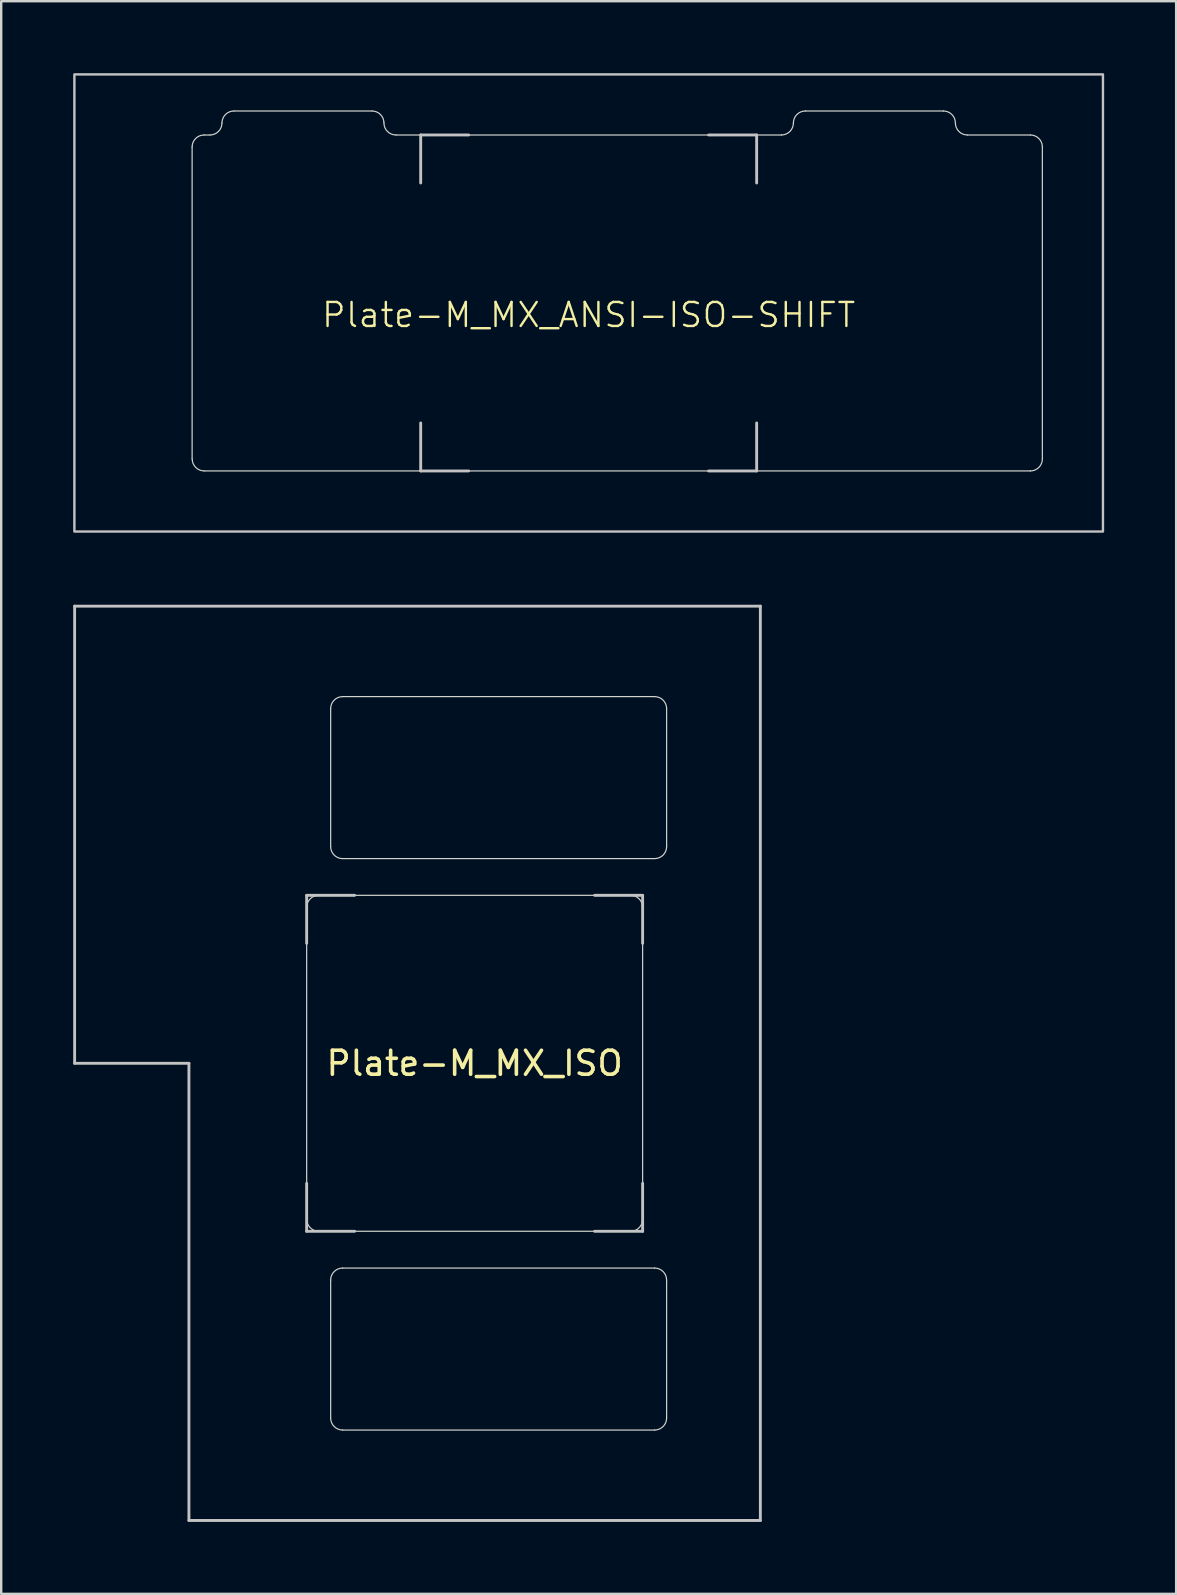
<source format=kicad_pcb>
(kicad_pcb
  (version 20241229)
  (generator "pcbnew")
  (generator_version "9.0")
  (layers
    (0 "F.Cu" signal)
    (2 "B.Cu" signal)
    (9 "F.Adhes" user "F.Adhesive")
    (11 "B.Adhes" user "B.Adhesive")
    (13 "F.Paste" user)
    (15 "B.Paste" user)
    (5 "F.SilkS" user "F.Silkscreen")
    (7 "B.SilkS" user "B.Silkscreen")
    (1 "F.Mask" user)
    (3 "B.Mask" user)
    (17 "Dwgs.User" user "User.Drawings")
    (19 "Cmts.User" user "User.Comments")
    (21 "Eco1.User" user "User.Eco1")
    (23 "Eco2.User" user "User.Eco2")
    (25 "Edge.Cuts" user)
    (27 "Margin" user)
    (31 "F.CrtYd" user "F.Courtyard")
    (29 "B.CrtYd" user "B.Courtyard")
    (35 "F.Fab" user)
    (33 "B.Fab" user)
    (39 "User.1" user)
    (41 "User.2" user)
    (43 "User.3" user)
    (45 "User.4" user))
  (footprint "Plate-M_MX_ANSI-ISO-SHIFT"
    (layer "F.Cu")
    (at 21.481 9.575)
    (property "Reference" "Plate-M_MX_ANSI-ISO-SHIFT" (at 0 0.5 0) (unlocked yes) (layer "F.SilkS") (effects (font (size 1 1) (thickness 0.1))))
    (attr exclude_from_pos_files exclude_from_bom allow_missing_courtyard)
    (fp_line (start -16.525 -6.5) (end -16.525 6.5) (stroke (width 1.1) (type default)) (layer "F.Mask"))
    (fp_line (start -16.025 7) (end 18.406 7) (stroke (width 1.1) (type default)) (layer "F.Mask"))
    (fp_line (start -15.781 -7) (end -16.025 -7) (stroke (width 1.1) (type default)) (layer "F.Mask"))
    (fp_line (start -9.031 -8) (end -14.781 -8) (stroke (width 1.1) (type default)) (layer "F.Mask"))
    (fp_line (start 8.031 -7) (end -8.031 -7) (stroke (width 1.1) (type default)) (layer "F.Mask"))
    (fp_line (start 14.781 -8) (end 9.031 -8) (stroke (width 1.1) (type default)) (layer "F.Mask"))
    (fp_line (start 18.406 -7) (end 15.781 -7) (stroke (width 1.1) (type default)) (layer "F.Mask"))
    (fp_line (start 18.906 6.5) (end 18.906 -6.5) (stroke (width 1.1) (type default)) (layer "F.Mask"))
    (fp_arc (start -16.525 -6.5) (mid -16.378553 -6.853553) (end -16.025 -7) (stroke (width 1.1) (type default)) (layer "F.Mask"))
    (fp_arc (start -16.022236 6.998884) (mid -16.375789 6.852437) (end -16.522236 6.498884) (stroke (width 1.1) (type default)) (layer "F.Mask"))
    (fp_arc (start -15.28125 -7.500001) (mid -15.427687 -7.146438) (end -15.78125 -7.000001) (stroke (width 1.1) (type default)) (layer "F.Mask"))
    (fp_arc (start -15.28125 -7.500001) (mid -15.134806 -7.853571) (end -14.78125 -8.000001) (stroke (width 1.1) (type default)) (layer "F.Mask"))
    (fp_arc (start -9.03125 -8.000001) (mid -8.677729 -7.853537) (end -8.53125 -7.500001) (stroke (width 1.1) (type default)) (layer "F.Mask"))
    (fp_arc (start -8.03125 -7.000001) (mid -8.384813 -7.146438) (end -8.53125 -7.500001) (stroke (width 1.1) (type default)) (layer "F.Mask"))
    (fp_arc (start 8.53125 -7.500001) (mid 8.384813 -7.146438) (end 8.03125 -7.000001) (stroke (width 1.1) (type default)) (layer "F.Mask"))
    (fp_arc (start 8.53125 -7.500001) (mid 8.677697 -7.853554) (end 9.03125 -8.000001) (stroke (width 1.1) (type default)) (layer "F.Mask"))
    (fp_arc (start 14.78125 -8.000001) (mid 15.134803 -7.853554) (end 15.28125 -7.500001) (stroke (width 1.1) (type default)) (layer "F.Mask"))
    (fp_arc (start 15.78125 -7.000001) (mid 15.427687 -7.146438) (end 15.28125 -7.500001) (stroke (width 1.1) (type default)) (layer "F.Mask"))
    (fp_arc (start 18.40625 -7) (mid 18.759803 -6.853553) (end 18.90625 -6.5) (stroke (width 1.1) (type default)) (layer "F.Mask"))
    (fp_arc (start 18.90625 6.5) (mid 18.759803 6.853553) (end 18.40625 7) (stroke (width 1.1) (type default)) (layer "F.Mask"))
    (fp_line (start -16.525 -6.5) (end -16.525 6.5) (stroke (width 1.1) (type default)) (layer "B.Mask"))
    (fp_line (start -16.025 7) (end 18.406 7) (stroke (width 1.1) (type default)) (layer "B.Mask"))
    (fp_line (start -15.781 -7) (end -16.025 -7) (stroke (width 1.1) (type default)) (layer "B.Mask"))
    (fp_line (start -9.031 -8) (end -14.781 -8) (stroke (width 1.1) (type default)) (layer "B.Mask"))
    (fp_line (start 8.031 -7) (end -8.031 -7) (stroke (width 1.1) (type default)) (layer "B.Mask"))
    (fp_line (start 14.781 -8) (end 9.031 -8) (stroke (width 1.1) (type default)) (layer "B.Mask"))
    (fp_line (start 18.406 -7) (end 15.781 -7) (stroke (width 1.1) (type default)) (layer "B.Mask"))
    (fp_line (start 18.906 6.5) (end 18.906 -6.5) (stroke (width 1.1) (type default)) (layer "B.Mask"))
    (fp_arc (start -16.525 -6.5) (mid -16.378553 -6.853553) (end -16.025 -7) (stroke (width 1.1) (type default)) (layer "B.Mask"))
    (fp_arc (start -16.022236 6.998884) (mid -16.375789 6.852437) (end -16.522236 6.498884) (stroke (width 1.1) (type default)) (layer "B.Mask"))
    (fp_arc (start -15.28125 -7.500001) (mid -15.427687 -7.146438) (end -15.78125 -7.000001) (stroke (width 1.1) (type default)) (layer "B.Mask"))
    (fp_arc (start -15.28125 -7.500001) (mid -15.134806 -7.853571) (end -14.78125 -8.000001) (stroke (width 1.1) (type default)) (layer "B.Mask"))
    (fp_arc (start -9.03125 -8.000001) (mid -8.677729 -7.853537) (end -8.53125 -7.500001) (stroke (width 1.1) (type default)) (layer "B.Mask"))
    (fp_arc (start -8.03125 -7.000001) (mid -8.384813 -7.146438) (end -8.53125 -7.500001) (stroke (width 1.1) (type default)) (layer "B.Mask"))
    (fp_arc (start 8.53125 -7.500001) (mid 8.384813 -7.146438) (end 8.03125 -7.000001) (stroke (width 1.1) (type default)) (layer "B.Mask"))
    (fp_arc (start 8.53125 -7.500001) (mid 8.677697 -7.853554) (end 9.03125 -8.000001) (stroke (width 1.1) (type default)) (layer "B.Mask"))
    (fp_arc (start 14.78125 -8.000001) (mid 15.134803 -7.853554) (end 15.28125 -7.500001) (stroke (width 1.1) (type default)) (layer "B.Mask"))
    (fp_arc (start 15.78125 -7.000001) (mid 15.427687 -7.146438) (end 15.28125 -7.500001) (stroke (width 1.1) (type default)) (layer "B.Mask"))
    (fp_arc (start 18.40625 -7) (mid 18.759803 -6.853553) (end 18.90625 -6.5) (stroke (width 1.1) (type default)) (layer "B.Mask"))
    (fp_arc (start 18.90625 6.5) (mid 18.759803 6.853553) (end 18.40625 7) (stroke (width 1.1) (type default)) (layer "B.Mask"))
    (fp_line (start -7 -7) (end -7 -5) (stroke (width 0.12) (type solid)) (layer "Dwgs.User"))
    (fp_line (start -7 7) (end -7 5) (stroke (width 0.12) (type solid)) (layer "Dwgs.User"))
    (fp_line (start -5 -7) (end -7 -7) (stroke (width 0.12) (type solid)) (layer "Dwgs.User"))
    (fp_line (start -5 7) (end -7 7) (stroke (width 0.12) (type solid)) (layer "Dwgs.User"))
    (fp_line (start 5 -7) (end 7 -7) (stroke (width 0.12) (type solid)) (layer "Dwgs.User"))
    (fp_line (start 7 -7) (end 7 -5) (stroke (width 0.12) (type solid)) (layer "Dwgs.User"))
    (fp_line (start 7 5) (end 7 7) (stroke (width 0.12) (type solid)) (layer "Dwgs.User"))
    (fp_line (start 7 7) (end 5 7) (stroke (width 0.12) (type solid)) (layer "Dwgs.User"))
    (fp_rect (start 21.431 9.525) (end -21.431 -9.525) (stroke (width 0.1) (type solid)) (fill no) (layer "Dwgs.User"))
    (fp_line (start -16.525 -6.5) (end -16.525 6.5) (stroke (width 0.05) (type solid)) (layer "Edge.Cuts"))
    (fp_line (start -16.025 7) (end 18.406 7) (stroke (width 0.05) (type solid)) (layer "Edge.Cuts"))
    (fp_line (start -15.781 -7) (end -16.025 -7) (stroke (width 0.05) (type default)) (layer "Edge.Cuts"))
    (fp_line (start -9.031 -8) (end -14.781 -8) (stroke (width 0.05) (type solid)) (layer "Edge.Cuts"))
    (fp_line (start 8.031 -7) (end -8.031 -7) (stroke (width 0.05) (type default)) (layer "Edge.Cuts"))
    (fp_line (start 14.781 -8) (end 9.031 -8) (stroke (width 0.05) (type solid)) (layer "Edge.Cuts"))
    (fp_line (start 18.406 -7) (end 15.781 -7) (stroke (width 0.05) (type default)) (layer "Edge.Cuts"))
    (fp_line (start 18.906 6.5) (end 18.906 -6.5) (stroke (width 0.05) (type solid)) (layer "Edge.Cuts"))
    (fp_arc (start -16.525 -6.5) (mid -16.378553 -6.853553) (end -16.025 -7) (stroke (width 0.05) (type solid)) (layer "Edge.Cuts"))
    (fp_arc (start -16.022236 6.998884) (mid -16.375789 6.852437) (end -16.522236 6.498884) (stroke (width 0.05) (type solid)) (layer "Edge.Cuts"))
    (fp_arc (start -15.28125 -7.500001) (mid -15.427687 -7.146438) (end -15.78125 -7.000001) (stroke (width 0.05) (type solid)) (layer "Edge.Cuts"))
    (fp_arc (start -15.28125 -7.500001) (mid -15.134806 -7.853571) (end -14.78125 -8.000001) (stroke (width 0.05) (type solid)) (layer "Edge.Cuts"))
    (fp_arc (start -9.03125 -8.000001) (mid -8.677729 -7.853537) (end -8.53125 -7.500001) (stroke (width 0.05) (type solid)) (layer "Edge.Cuts"))
    (fp_arc (start -8.03125 -7.000001) (mid -8.384813 -7.146438) (end -8.53125 -7.500001) (stroke (width 0.05) (type solid)) (layer "Edge.Cuts"))
    (fp_arc (start 8.53125 -7.500001) (mid 8.384813 -7.146438) (end 8.03125 -7.000001) (stroke (width 0.05) (type solid)) (layer "Edge.Cuts"))
    (fp_arc (start 8.53125 -7.500001) (mid 8.677697 -7.853554) (end 9.03125 -8.000001) (stroke (width 0.05) (type solid)) (layer "Edge.Cuts"))
    (fp_arc (start 14.78125 -8.000001) (mid 15.134803 -7.853554) (end 15.28125 -7.500001) (stroke (width 0.05) (type solid)) (layer "Edge.Cuts"))
    (fp_arc (start 15.78125 -7.000001) (mid 15.427687 -7.146438) (end 15.28125 -7.500001) (stroke (width 0.05) (type solid)) (layer "Edge.Cuts"))
    (fp_arc (start 18.40625 -7) (mid 18.759803 -6.853553) (end 18.90625 -6.5) (stroke (width 0.05) (type solid)) (layer "Edge.Cuts"))
    (fp_arc (start 18.90625 6.5) (mid 18.759803 6.853553) (end 18.40625 7) (stroke (width 0.05) (type solid)) (layer "Edge.Cuts")))
  (footprint "Plate-M_MX_ISO"
    (layer "F.Cu")
    (at 16.729 41.26)
    (property "Reference" "Plate-M_MX_ISO" (at 0 0 180) (layer "F.SilkS") (effects (font (size 1 1) (thickness 0.15))))
    (attr exclude_from_pos_files exclude_from_bom allow_missing_courtyard)
    (fp_line (start -7 -6.5) (end -7 6.5) (stroke (width 1.1) (type solid)) (layer "F.Mask"))
    (fp_line (start -6.5 7) (end 6.5 7) (stroke (width 1.1) (type solid)) (layer "F.Mask"))
    (fp_line (start -6 -9.031) (end -6 -14.781) (stroke (width 1.1) (type solid)) (layer "F.Mask"))
    (fp_line (start -6 14.782) (end -6 9.032) (stroke (width 1.1) (type solid)) (layer "F.Mask"))
    (fp_line (start -5.5 -15.281) (end 7.5 -15.281) (stroke (width 1.1) (type solid)) (layer "F.Mask"))
    (fp_line (start -5.5 -8.531) (end 7.5 -8.531) (stroke (width 1.1) (type solid)) (layer "F.Mask"))
    (fp_line (start -5.5 8.532) (end 7.5 8.532) (stroke (width 1.1) (type solid)) (layer "F.Mask"))
    (fp_line (start -5.5 15.282) (end 7.5 15.282) (stroke (width 1.1) (type solid)) (layer "F.Mask"))
    (fp_line (start 6.5 -7) (end -6.5 -7) (stroke (width 1.1) (type solid)) (layer "F.Mask"))
    (fp_line (start 7 6.5) (end 7 -6.5) (stroke (width 1.1) (type solid)) (layer "F.Mask"))
    (fp_line (start 8 -9.031) (end 8 -14.781) (stroke (width 1.1) (type solid)) (layer "F.Mask"))
    (fp_line (start 8 14.782) (end 8 9.032) (stroke (width 1.1) (type solid)) (layer "F.Mask"))
    (fp_arc (start -7 -6.5) (mid -6.853554 -6.853554) (end -6.5 -7) (stroke (width 1.1) (type solid)) (layer "F.Mask"))
    (fp_arc (start -6.497236 6.998884) (mid -6.85079 6.852438) (end -6.997236 6.498884) (stroke (width 1.1) (type solid)) (layer "F.Mask"))
    (fp_arc (start -5.999999 -14.780645) (mid -5.853552 -15.134198) (end -5.499999 -15.280645) (stroke (width 1.1) (type solid)) (layer "F.Mask"))
    (fp_arc (start -5.999999 9.031855) (mid -5.853552 8.678302) (end -5.499999 8.531855) (stroke (width 1.1) (type solid)) (layer "F.Mask"))
    (fp_arc (start -5.499999 -8.530645) (mid -5.853552 -8.677092) (end -5.999999 -9.030645) (stroke (width 1.1) (type solid)) (layer "F.Mask"))
    (fp_arc (start -5.499999 15.281855) (mid -5.853552 15.135408) (end -5.999999 14.781855) (stroke (width 1.1) (type solid)) (layer "F.Mask"))
    (fp_arc (start 6.5 -7) (mid 6.853554 -6.853554) (end 7 -6.5) (stroke (width 1.1) (type solid)) (layer "F.Mask"))
    (fp_arc (start 7 6.5) (mid 6.853554 6.853554) (end 6.5 7) (stroke (width 1.1) (type solid)) (layer "F.Mask"))
    (fp_arc (start 7.500001 -15.280645) (mid 7.853554 -15.134198) (end 8.000001 -14.780645) (stroke (width 1.1) (type solid)) (layer "F.Mask"))
    (fp_arc (start 7.500001 8.531855) (mid 7.853554 8.678302) (end 8.000001 9.031855) (stroke (width 1.1) (type solid)) (layer "F.Mask"))
    (fp_arc (start 8.000001 -9.030645) (mid 7.853554 -8.677092) (end 7.500001 -8.530645) (stroke (width 1.1) (type solid)) (layer "F.Mask"))
    (fp_arc (start 8.000001 14.781855) (mid 7.853554 15.135408) (end 7.500001 15.281855) (stroke (width 1.1) (type solid)) (layer "F.Mask"))
    (fp_line (start -7 6.5) (end -7 -6.5) (stroke (width 1.1) (type solid)) (layer "B.Mask"))
    (fp_line (start -6.5 -7) (end 6.5 -7) (stroke (width 1.1) (type solid)) (layer "B.Mask"))
    (fp_line (start -6 -14.781) (end -6 -9.031) (stroke (width 1.1) (type solid)) (layer "B.Mask"))
    (fp_line (start -6 9.032) (end -6 14.782) (stroke (width 1.1) (type solid)) (layer "B.Mask"))
    (fp_line (start -5.5 -15.281) (end 7.5 -15.281) (stroke (width 1.1) (type solid)) (layer "B.Mask"))
    (fp_line (start -5.5 -8.531) (end 7.5 -8.531) (stroke (width 1.1) (type solid)) (layer "B.Mask"))
    (fp_line (start -5.5 8.532) (end 7.5 8.532) (stroke (width 1.1) (type solid)) (layer "B.Mask"))
    (fp_line (start -5.5 15.282) (end 7.5 15.282) (stroke (width 1.1) (type solid)) (layer "B.Mask"))
    (fp_line (start 6.5 7) (end -6.5 7) (stroke (width 1.1) (type solid)) (layer "B.Mask"))
    (fp_line (start 7 -6.5) (end 7 6.5) (stroke (width 1.1) (type solid)) (layer "B.Mask"))
    (fp_line (start 8 -14.781) (end 8 -9.031) (stroke (width 1.1) (type solid)) (layer "B.Mask"))
    (fp_line (start 8 9.032) (end 8 14.782) (stroke (width 1.1) (type solid)) (layer "B.Mask"))
    (fp_arc (start -7 -6.5) (mid -6.853553 -6.853553) (end -6.5 -7) (stroke (width 1.1) (type solid)) (layer "B.Mask"))
    (fp_arc (start -6.5 7) (mid -6.853553 6.853553) (end -7 6.5) (stroke (width 1.1) (type solid)) (layer "B.Mask"))
    (fp_arc (start -5.999999 -14.780645) (mid -5.853552 -15.134198) (end -5.499999 -15.280645) (stroke (width 1.1) (type solid)) (layer "B.Mask"))
    (fp_arc (start -5.999999 9.031855) (mid -5.853552 8.678302) (end -5.499999 8.531855) (stroke (width 1.1) (type solid)) (layer "B.Mask"))
    (fp_arc (start -5.499999 -8.530645) (mid -5.853552 -8.677092) (end -5.999999 -9.030645) (stroke (width 1.1) (type solid)) (layer "B.Mask"))
    (fp_arc (start -5.499999 15.281855) (mid -5.853552 15.135408) (end -5.999999 14.781855) (stroke (width 1.1) (type solid)) (layer "B.Mask"))
    (fp_arc (start 6.5 -7) (mid 6.853554 -6.853554) (end 7 -6.5) (stroke (width 1.1) (type solid)) (layer "B.Mask"))
    (fp_arc (start 6.997236 6.498884) (mid 6.85079 6.852438) (end 6.497236 6.998884) (stroke (width 1.1) (type solid)) (layer "B.Mask"))
    (fp_arc (start 7.500001 -15.280645) (mid 7.853554 -15.134198) (end 8.000001 -14.780645) (stroke (width 1.1) (type solid)) (layer "B.Mask"))
    (fp_arc (start 7.500001 8.531855) (mid 7.853554 8.678302) (end 8.000001 9.031855) (stroke (width 1.1) (type solid)) (layer "B.Mask"))
    (fp_arc (start 8.000001 -9.030645) (mid 7.853554 -8.677092) (end 7.500001 -8.530645) (stroke (width 1.1) (type solid)) (layer "B.Mask"))
    (fp_arc (start 8.000001 14.781855) (mid 7.853554 15.135408) (end 7.500001 15.281855) (stroke (width 1.1) (type solid)) (layer "B.Mask"))
    (fp_line (start -16.669 -19.05) (end -16.669 0) (stroke (width 0.12) (type solid)) (layer "Dwgs.User"))
    (fp_line (start -16.669 0) (end -11.906 0) (stroke (width 0.12) (type solid)) (layer "Dwgs.User"))
    (fp_line (start -11.906 0) (end -11.906 19.05) (stroke (width 0.12) (type solid)) (layer "Dwgs.User"))
    (fp_line (start -11.906 19.05) (end 11.906 19.05) (stroke (width 0.12) (type solid)) (layer "Dwgs.User"))
    (fp_line (start -7 -7) (end -5 -7) (stroke (width 0.12) (type solid)) (layer "Dwgs.User"))
    (fp_line (start -7 -5) (end -7 -7) (stroke (width 0.12) (type solid)) (layer "Dwgs.User"))
    (fp_line (start -7 7) (end -7 5) (stroke (width 0.12) (type solid)) (layer "Dwgs.User"))
    (fp_line (start -5 7) (end -7 7) (stroke (width 0.12) (type solid)) (layer "Dwgs.User"))
    (fp_line (start 7 -7) (end 5 -7) (stroke (width 0.12) (type solid)) (layer "Dwgs.User"))
    (fp_line (start 7 -5) (end 7 -7) (stroke (width 0.12) (type solid)) (layer "Dwgs.User"))
    (fp_line (start 7 5) (end 7 7) (stroke (width 0.12) (type solid)) (layer "Dwgs.User"))
    (fp_line (start 7 7) (end 5 7) (stroke (width 0.12) (type solid)) (layer "Dwgs.User"))
    (fp_line (start 11.906 -19.05) (end -16.669 -19.05) (stroke (width 0.12) (type solid)) (layer "Dwgs.User"))
    (fp_line (start 11.906 19.05) (end 11.906 -19.05) (stroke (width 0.12) (type solid)) (layer "Dwgs.User"))
    (fp_line (start -7 -6.5) (end -7 6.5) (stroke (width 0.05) (type solid)) (layer "Edge.Cuts"))
    (fp_line (start -6.5 7) (end 6.5 7) (stroke (width 0.05) (type solid)) (layer "Edge.Cuts"))
    (fp_line (start -6 -9.031) (end -6 -14.781) (stroke (width 0.05) (type solid)) (layer "Edge.Cuts"))
    (fp_line (start -6 14.782) (end -6 9.032) (stroke (width 0.05) (type solid)) (layer "Edge.Cuts"))
    (fp_line (start -5.5 -15.281) (end 7.5 -15.281) (stroke (width 0.05) (type solid)) (layer "Edge.Cuts"))
    (fp_line (start -5.5 -8.531) (end 7.5 -8.531) (stroke (width 0.05) (type solid)) (layer "Edge.Cuts"))
    (fp_line (start -5.5 8.532) (end 7.5 8.532) (stroke (width 0.05) (type solid)) (layer "Edge.Cuts"))
    (fp_line (start -5.5 15.282) (end 7.5 15.282) (stroke (width 0.05) (type solid)) (layer "Edge.Cuts"))
    (fp_line (start 6.5 -7) (end -6.5 -7) (stroke (width 0.05) (type solid)) (layer "Edge.Cuts"))
    (fp_line (start 7 6.5) (end 7 -6.5) (stroke (width 0.05) (type solid)) (layer "Edge.Cuts"))
    (fp_line (start 8 -9.031) (end 8 -14.781) (stroke (width 0.05) (type solid)) (layer "Edge.Cuts"))
    (fp_line (start 8 14.782) (end 8 9.032) (stroke (width 0.05) (type solid)) (layer "Edge.Cuts"))
    (fp_arc (start -7 -6.5) (mid -6.853553 -6.853553) (end -6.5 -7) (stroke (width 0.05) (type solid)) (layer "Edge.Cuts"))
    (fp_arc (start -6.497236 6.998884) (mid -6.850789 6.852437) (end -6.997236 6.498884) (stroke (width 0.05) (type solid)) (layer "Edge.Cuts"))
    (fp_arc (start -5.999999 -14.780645) (mid -5.853552 -15.134198) (end -5.499999 -15.280645) (stroke (width 0.05) (type solid)) (layer "Edge.Cuts"))
    (fp_arc (start -5.999999 9.031855) (mid -5.853552 8.678302) (end -5.499999 8.531855) (stroke (width 0.05) (type solid)) (layer "Edge.Cuts"))
    (fp_arc (start -5.499999 -8.530645) (mid -5.853552 -8.677092) (end -5.999999 -9.030645) (stroke (width 0.05) (type solid)) (layer "Edge.Cuts"))
    (fp_arc (start -5.499999 15.281855) (mid -5.853552 15.135408) (end -5.999999 14.781855) (stroke (width 0.05) (type solid)) (layer "Edge.Cuts"))
    (fp_arc (start 6.5 -7) (mid 6.853554 -6.853554) (end 7 -6.5) (stroke (width 0.05) (type solid)) (layer "Edge.Cuts"))
    (fp_arc (start 7 6.5) (mid 6.853554 6.853554) (end 6.5 7) (stroke (width 0.05) (type solid)) (layer "Edge.Cuts"))
    (fp_arc (start 7.500001 -15.280645) (mid 7.853554 -15.134198) (end 8.000001 -14.780645) (stroke (width 0.05) (type solid)) (layer "Edge.Cuts"))
    (fp_arc (start 7.500001 8.531855) (mid 7.853554 8.678302) (end 8.000001 9.031855) (stroke (width 0.05) (type solid)) (layer "Edge.Cuts"))
    (fp_arc (start 8.000001 -9.030645) (mid 7.853554 -8.677092) (end 7.500001 -8.530645) (stroke (width 0.05) (type solid)) (layer "Edge.Cuts"))
    (fp_arc (start 8.000001 14.781855) (mid 7.853554 15.135408) (end 7.500001 15.281855) (stroke (width 0.05) (type solid)) (layer "Edge.Cuts")))
  (gr_rect
    (start -3 -3)
    (end 45.962 63.37)
    (stroke (width 0.1) (type default))
    (fill no)
    (layer "Edge.Cuts")))
</source>
